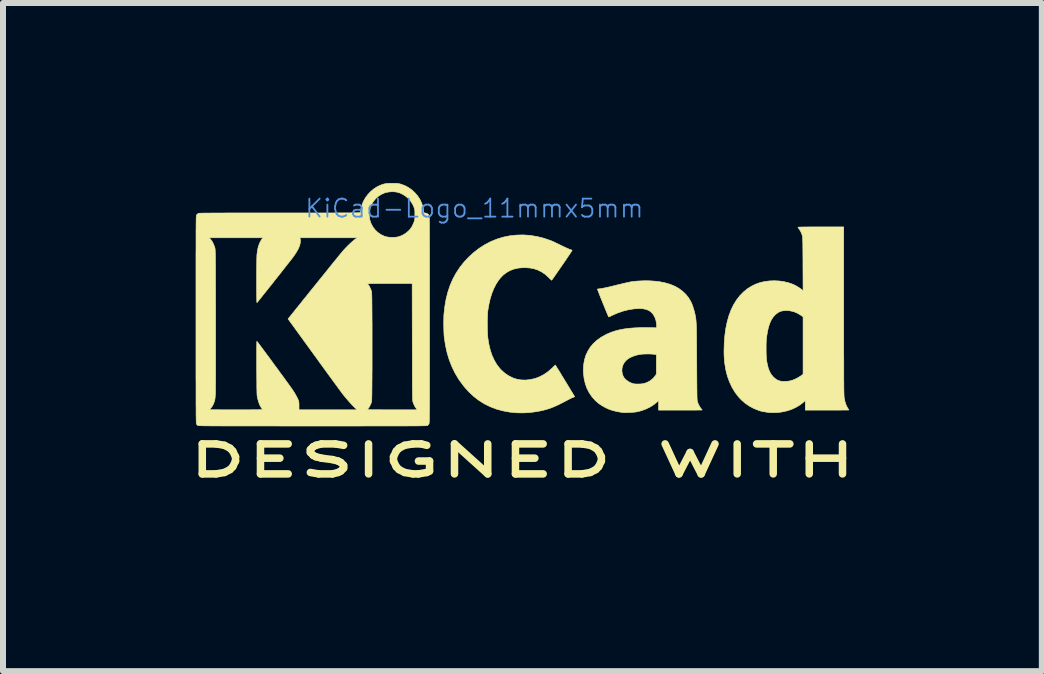
<source format=kicad_pcb>
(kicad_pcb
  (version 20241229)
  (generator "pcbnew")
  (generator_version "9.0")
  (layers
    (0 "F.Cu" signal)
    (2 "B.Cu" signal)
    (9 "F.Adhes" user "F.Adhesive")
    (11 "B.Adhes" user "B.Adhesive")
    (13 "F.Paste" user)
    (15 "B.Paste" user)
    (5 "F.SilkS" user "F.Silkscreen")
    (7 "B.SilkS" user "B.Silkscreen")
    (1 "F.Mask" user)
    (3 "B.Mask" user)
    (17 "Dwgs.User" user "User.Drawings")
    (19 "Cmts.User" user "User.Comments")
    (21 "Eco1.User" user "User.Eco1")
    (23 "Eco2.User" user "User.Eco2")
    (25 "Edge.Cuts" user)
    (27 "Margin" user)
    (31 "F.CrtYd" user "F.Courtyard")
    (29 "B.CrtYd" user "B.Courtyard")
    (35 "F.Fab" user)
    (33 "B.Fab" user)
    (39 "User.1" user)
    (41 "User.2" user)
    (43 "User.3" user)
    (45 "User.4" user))
  (footprint "KiCad-Logo_11mmx5mm"
    (layer "F.Cu")
    (at 5.656 2.023)
    (property "Reference" "KiCad-Logo_11mmx5mm" (at -0.8 -1.6 0) (layer "Cmts.User") (effects (font (size 0.3 0.3) (thickness 0.03))))
    (attr through_hole)
    (fp_poly (pts (xy 0.125 -1.15) (xy 0.239 -1.132) (xy 0.353 -1.104) (xy 0.467 -1.065) (xy 0.471 -1.064) (xy 0.492 -1.055) (xy 0.52 -1.043) (xy 0.553 -1.027) (xy 0.589 -1.01) (xy 0.626 -0.992) (xy 0.648 -0.981) (xy 0.683 -0.964) (xy 0.716 -0.949) (xy 0.746 -0.935) (xy 0.772 -0.924) (xy 0.79 -0.916) (xy 0.799 -0.913) (xy 0.817 -0.908) (xy 0.826 -0.902) (xy 0.828 -0.899) (xy 0.825 -0.893) (xy 0.816 -0.88) (xy 0.803 -0.86) (xy 0.786 -0.834) (xy 0.765 -0.804) (xy 0.742 -0.769) (xy 0.717 -0.732) (xy 0.69 -0.693) (xy 0.662 -0.652) (xy 0.634 -0.612) (xy 0.607 -0.573) (xy 0.581 -0.535) (xy 0.557 -0.501) (xy 0.536 -0.47) (xy 0.517 -0.444) (xy 0.503 -0.423) (xy 0.493 -0.41) (xy 0.488 -0.404) (xy 0.487 -0.403) (xy 0.482 -0.406) (xy 0.471 -0.416) (xy 0.457 -0.43) (xy 0.439 -0.447) (xy 0.439 -0.447) (xy 0.383 -0.499) (xy 0.323 -0.54) (xy 0.259 -0.572) (xy 0.191 -0.595) (xy 0.118 -0.608) (xy 0.04 -0.613) (xy 0.005 -0.612) (xy -0.071 -0.605) (xy -0.141 -0.589) (xy -0.205 -0.565) (xy -0.264 -0.532) (xy -0.319 -0.49) (xy -0.368 -0.439) (xy -0.394 -0.406) (xy -0.438 -0.34) (xy -0.476 -0.265) (xy -0.51 -0.181) (xy -0.538 -0.089) (xy -0.56 0.01) (xy -0.575 0.098) (xy -0.579 0.131) (xy -0.581 0.174) (xy -0.583 0.222) (xy -0.585 0.275) (xy -0.585 0.33) (xy -0.584 0.385) (xy -0.583 0.438) (xy -0.581 0.487) (xy -0.578 0.53) (xy -0.575 0.564) (xy -0.558 0.667) (xy -0.535 0.763) (xy -0.506 0.85) (xy -0.47 0.928) (xy -0.429 0.999) (xy -0.381 1.062) (xy -0.35 1.096) (xy -0.29 1.149) (xy -0.227 1.191) (xy -0.161 1.224) (xy -0.092 1.247) (xy -0.02 1.259) (xy 0.054 1.261) (xy 0.131 1.253) (xy 0.21 1.235) (xy 0.212 1.235) (xy 0.285 1.207) (xy 0.356 1.17) (xy 0.426 1.122) (xy 0.493 1.064) (xy 0.494 1.063) (xy 0.549 1.01) (xy 0.573 1.049) (xy 0.591 1.078) (xy 0.612 1.111) (xy 0.635 1.149) (xy 0.659 1.189) (xy 0.685 1.231) (xy 0.711 1.274) (xy 0.737 1.316) (xy 0.762 1.358) (xy 0.786 1.397) (xy 0.808 1.434) (xy 0.828 1.466) (xy 0.844 1.493) (xy 0.857 1.515) (xy 0.866 1.529) (xy 0.869 1.536) (xy 0.87 1.536) (xy 0.866 1.541) (xy 0.854 1.546) (xy 0.847 1.548) (xy 0.834 1.553) (xy 0.815 1.562) (xy 0.79 1.574) (xy 0.762 1.589) (xy 0.738 1.601) (xy 0.672 1.636) (xy 0.613 1.666) (xy 0.559 1.691) (xy 0.51 1.712) (xy 0.464 1.73) (xy 0.418 1.745) (xy 0.372 1.758) (xy 0.358 1.762) (xy 0.275 1.78) (xy 0.186 1.794) (xy 0.095 1.804) (xy 0.006 1.808) (xy -0.078 1.807) (xy -0.093 1.806) (xy -0.212 1.795) (xy -0.325 1.774) (xy -0.432 1.745) (xy -0.534 1.706) (xy -0.631 1.659) (xy -0.722 1.602) (xy -0.808 1.536) (xy -0.889 1.461) (xy -0.965 1.377) (xy -1.036 1.283) (xy -1.064 1.243) (xy -1.124 1.142) (xy -1.175 1.036) (xy -1.219 0.924) (xy -1.255 0.805) (xy -1.282 0.68) (xy -1.302 0.55) (xy -1.305 0.519) (xy -1.307 0.48) (xy -1.309 0.435) (xy -1.31 0.386) (xy -1.311 0.336) (xy -1.311 0.286) (xy -1.31 0.24) (xy -1.309 0.199) (xy -1.308 0.169) (xy -1.293 0.038) (xy -1.272 -0.087) (xy -1.242 -0.205) (xy -1.205 -0.316) (xy -1.159 -0.422) (xy -1.105 -0.522) (xy -1.042 -0.617) (xy -0.971 -0.707) (xy -0.9 -0.783) (xy -0.813 -0.863) (xy -0.721 -0.934) (xy -0.626 -0.995) (xy -0.526 -1.047) (xy -0.423 -1.089) (xy -0.318 -1.121) (xy -0.21 -1.143) (xy -0.1 -1.155) (xy 0.012 -1.158) (xy 0.125 -1.15)) (stroke (width 0.01) (type solid)) (fill yes) (layer "F.SilkS"))
    (fp_poly (pts (xy 5.355 0.104) (xy 5.355 0.249) (xy 5.355 0.384) (xy 5.355 0.509) (xy 5.355 0.625) (xy 5.355 0.732) (xy 5.355 0.83) (xy 5.356 0.919) (xy 5.356 1.001) (xy 5.356 1.076) (xy 5.356 1.143) (xy 5.356 1.203) (xy 5.356 1.257) (xy 5.357 1.306) (xy 5.357 1.348) (xy 5.357 1.385) (xy 5.358 1.418) (xy 5.358 1.446) (xy 5.359 1.47) (xy 5.359 1.49) (xy 5.36 1.507) (xy 5.361 1.522) (xy 5.361 1.533) (xy 5.362 1.543) (xy 5.363 1.55) (xy 5.363 1.555) (xy 5.376 1.619) (xy 5.394 1.674) (xy 5.417 1.721) (xy 5.419 1.724) (xy 5.429 1.74) (xy 5.436 1.753) (xy 5.44 1.76) (xy 5.44 1.76) (xy 5.435 1.76) (xy 5.42 1.761) (xy 5.396 1.761) (xy 5.364 1.761) (xy 5.325 1.761) (xy 5.28 1.762) (xy 5.229 1.762) (xy 5.174 1.762) (xy 5.115 1.762) (xy 5.077 1.762) (xy 4.715 1.762) (xy 4.715 1.602) (xy 4.687 1.628) (xy 4.628 1.674) (xy 4.562 1.714) (xy 4.49 1.748) (xy 4.412 1.774) (xy 4.329 1.792) (xy 4.28 1.799) (xy 4.254 1.801) (xy 4.223 1.803) (xy 4.19 1.803) (xy 4.158 1.804) (xy 4.13 1.803) (xy 4.108 1.802) (xy 4.101 1.801) (xy 4.058 1.794) (xy 4.023 1.788) (xy 3.995 1.783) (xy 3.971 1.777) (xy 3.949 1.771) (xy 3.936 1.766) (xy 3.858 1.735) (xy 3.783 1.695) (xy 3.712 1.646) (xy 3.648 1.59) (xy 3.604 1.543) (xy 3.544 1.465) (xy 3.493 1.38) (xy 3.451 1.29) (xy 3.416 1.194) (xy 3.39 1.091) (xy 3.372 0.981) (xy 3.362 0.865) (xy 3.36 0.781) (xy 3.362 0.726) (xy 4.062 0.726) (xy 4.062 0.775) (xy 4.063 0.823) (xy 4.065 0.868) (xy 4.067 0.907) (xy 4.071 0.937) (xy 4.071 0.941) (xy 4.084 1.008) (xy 4.099 1.066) (xy 4.119 1.117) (xy 4.142 1.16) (xy 4.17 1.196) (xy 4.183 1.21) (xy 4.211 1.235) (xy 4.237 1.254) (xy 4.266 1.268) (xy 4.297 1.278) (xy 4.323 1.282) (xy 4.355 1.284) (xy 4.392 1.283) (xy 4.429 1.28) (xy 4.464 1.274) (xy 4.481 1.27) (xy 4.518 1.257) (xy 4.559 1.239) (xy 4.599 1.218) (xy 4.635 1.195) (xy 4.645 1.189) (xy 4.678 1.164) (xy 4.678 0.207) (xy 4.644 0.183) (xy 4.587 0.148) (xy 4.528 0.123) (xy 4.466 0.108) (xy 4.419 0.102) (xy 4.365 0.103) (xy 4.318 0.111) (xy 4.276 0.127) (xy 4.237 0.153) (xy 4.204 0.182) (xy 4.173 0.22) (xy 4.145 0.265) (xy 4.122 0.317) (xy 4.102 0.378) (xy 4.086 0.447) (xy 4.073 0.525) (xy 4.068 0.558) (xy 4.066 0.591) (xy 4.063 0.631) (xy 4.062 0.677) (xy 4.062 0.726) (xy 3.362 0.726) (xy 3.364 0.647) (xy 3.374 0.52) (xy 3.39 0.402) (xy 3.413 0.291) (xy 3.442 0.188) (xy 3.478 0.092) (xy 3.52 0.005) (xy 3.569 -0.074) (xy 3.624 -0.145) (xy 3.685 -0.207) (xy 3.752 -0.262) (xy 3.825 -0.307) (xy 3.892 -0.339) (xy 3.963 -0.364) (xy 4.039 -0.381) (xy 4.118 -0.391) (xy 4.2 -0.394) (xy 4.281 -0.39) (xy 4.361 -0.378) (xy 4.437 -0.36) (xy 4.508 -0.335) (xy 4.541 -0.32) (xy 4.58 -0.298) (xy 4.618 -0.274) (xy 4.651 -0.25) (xy 4.66 -0.242) (xy 4.678 -0.226) (xy 4.676 -0.67) (xy 4.676 -0.754) (xy 4.675 -0.829) (xy 4.675 -0.894) (xy 4.674 -0.95) (xy 4.674 -0.997) (xy 4.673 -1.037) (xy 4.672 -1.07) (xy 4.671 -1.096) (xy 4.67 -1.115) (xy 4.669 -1.13) (xy 4.668 -1.139) (xy 4.667 -1.14) (xy 4.655 -1.177) (xy 4.638 -1.215) (xy 4.618 -1.248) (xy 4.613 -1.255) (xy 4.602 -1.27) (xy 4.595 -1.281) (xy 4.593 -1.286) (xy 4.598 -1.287) (xy 4.614 -1.288) (xy 4.64 -1.289) (xy 4.676 -1.29) (xy 4.722 -1.29) (xy 4.778 -1.291) (xy 4.843 -1.291) (xy 4.918 -1.291) (xy 4.974 -1.291) (xy 5.355 -1.291) (xy 5.355 0.104)) (stroke (width 0.01) (type solid)) (fill yes) (layer "F.SilkS"))
    (fp_poly (pts (xy 2.118 -0.393) (xy 2.194 -0.388) (xy 2.265 -0.381) (xy 2.283 -0.378) (xy 2.376 -0.36) (xy 2.462 -0.335) (xy 2.54 -0.303) (xy 2.61 -0.263) (xy 2.672 -0.217) (xy 2.726 -0.165) (xy 2.773 -0.105) (xy 2.811 -0.039) (xy 2.824 -0.01) (xy 2.837 0.024) (xy 2.85 0.065) (xy 2.863 0.107) (xy 2.873 0.148) (xy 2.879 0.173) (xy 2.882 0.191) (xy 2.885 0.207) (xy 2.888 0.223) (xy 2.89 0.238) (xy 2.892 0.255) (xy 2.894 0.272) (xy 2.895 0.291) (xy 2.897 0.313) (xy 2.898 0.338) (xy 2.899 0.367) (xy 2.9 0.4) (xy 2.901 0.439) (xy 2.901 0.483) (xy 2.902 0.534) (xy 2.903 0.591) (xy 2.903 0.656) (xy 2.904 0.73) (xy 2.904 0.813) (xy 2.905 0.905) (xy 2.905 0.953) (xy 2.906 1.049) (xy 2.906 1.135) (xy 2.907 1.213) (xy 2.907 1.281) (xy 2.908 1.341) (xy 2.908 1.393) (xy 2.909 1.438) (xy 2.909 1.476) (xy 2.91 1.509) (xy 2.91 1.536) (xy 2.911 1.558) (xy 2.912 1.575) (xy 2.913 1.59) (xy 2.914 1.6) (xy 2.915 1.609) (xy 2.916 1.615) (xy 2.917 1.619) (xy 2.929 1.653) (xy 2.945 1.687) (xy 2.963 1.717) (xy 2.977 1.736) (xy 2.987 1.748) (xy 2.994 1.757) (xy 2.995 1.76) (xy 2.99 1.76) (xy 2.975 1.761) (xy 2.951 1.761) (xy 2.92 1.761) (xy 2.881 1.762) (xy 2.835 1.762) (xy 2.785 1.762) (xy 2.729 1.762) (xy 2.67 1.762) (xy 2.633 1.762) (xy 2.27 1.762) (xy 2.27 1.602) (xy 2.241 1.629) (xy 2.185 1.674) (xy 2.121 1.714) (xy 2.051 1.747) (xy 1.978 1.773) (xy 1.903 1.791) (xy 1.901 1.791) (xy 1.881 1.794) (xy 1.853 1.797) (xy 1.821 1.799) (xy 1.786 1.801) (xy 1.752 1.802) (xy 1.72 1.803) (xy 1.694 1.803) (xy 1.674 1.802) (xy 1.67 1.801) (xy 1.605 1.791) (xy 1.548 1.779) (xy 1.498 1.766) (xy 1.452 1.751) (xy 1.409 1.732) (xy 1.386 1.721) (xy 1.332 1.691) (xy 1.284 1.66) (xy 1.241 1.625) (xy 1.209 1.595) (xy 1.156 1.535) (xy 1.111 1.468) (xy 1.074 1.395) (xy 1.047 1.317) (xy 1.028 1.233) (xy 1.018 1.145) (xy 1.017 1.108) (xy 1.658 1.108) (xy 1.665 1.155) (xy 1.679 1.195) (xy 1.698 1.227) (xy 1.726 1.256) (xy 1.761 1.283) (xy 1.799 1.304) (xy 1.839 1.319) (xy 1.844 1.321) (xy 1.868 1.325) (xy 1.899 1.327) (xy 1.934 1.327) (xy 1.968 1.326) (xy 2 1.323) (xy 2.019 1.32) (xy 2.067 1.305) (xy 2.114 1.282) (xy 2.158 1.251) (xy 2.195 1.215) (xy 2.217 1.185) (xy 2.233 1.161) (xy 2.233 0.837) (xy 2.193 0.831) (xy 2.161 0.828) (xy 2.122 0.826) (xy 2.079 0.826) (xy 2.035 0.827) (xy 1.996 0.829) (xy 1.962 0.833) (xy 1.96 0.833) (xy 1.9 0.846) (xy 1.843 0.865) (xy 1.793 0.887) (xy 1.751 0.914) (xy 1.725 0.937) (xy 1.695 0.974) (xy 1.673 1.017) (xy 1.661 1.062) (xy 1.658 1.108) (xy 1.017 1.108) (xy 1.016 1.09) (xy 1.021 1.005) (xy 1.035 0.924) (xy 1.058 0.848) (xy 1.091 0.778) (xy 1.132 0.712) (xy 1.183 0.652) (xy 1.243 0.597) (xy 1.312 0.548) (xy 1.39 0.504) (xy 1.409 0.495) (xy 1.475 0.467) (xy 1.544 0.443) (xy 1.618 0.424) (xy 1.697 0.409) (xy 1.782 0.398) (xy 1.875 0.391) (xy 1.976 0.387) (xy 2.086 0.387) (xy 2.086 0.387) (xy 2.238 0.39) (xy 2.238 0.359) (xy 2.235 0.316) (xy 2.226 0.27) (xy 2.212 0.226) (xy 2.204 0.208) (xy 2.179 0.165) (xy 2.149 0.131) (xy 2.112 0.104) (xy 2.068 0.085) (xy 2.018 0.074) (xy 1.959 0.069) (xy 1.95 0.069) (xy 1.862 0.074) (xy 1.772 0.088) (xy 1.68 0.111) (xy 1.587 0.143) (xy 1.494 0.184) (xy 1.486 0.188) (xy 1.466 0.198) (xy 1.45 0.205) (xy 1.44 0.208) (xy 1.438 0.208) (xy 1.433 0.199) (xy 1.426 0.182) (xy 1.416 0.159) (xy 1.404 0.129) (xy 1.389 0.095) (xy 1.374 0.057) (xy 1.358 0.017) (xy 1.341 -0.024) (xy 1.324 -0.066) (xy 1.308 -0.105) (xy 1.293 -0.143) (xy 1.28 -0.177) (xy 1.269 -0.206) (xy 1.26 -0.229) (xy 1.254 -0.245) (xy 1.251 -0.253) (xy 1.251 -0.254) (xy 1.258 -0.257) (xy 1.272 -0.259) (xy 1.276 -0.259) (xy 1.292 -0.26) (xy 1.314 -0.264) (xy 1.344 -0.269) (xy 1.382 -0.277) (xy 1.429 -0.287) (xy 1.484 -0.3) (xy 1.549 -0.316) (xy 1.596 -0.328) (xy 1.64 -0.338) (xy 1.683 -0.349) (xy 1.723 -0.358) (xy 1.759 -0.366) (xy 1.789 -0.372) (xy 1.811 -0.377) (xy 1.818 -0.378) (xy 1.886 -0.386) (xy 1.96 -0.391) (xy 2.039 -0.394) (xy 2.118 -0.393)) (stroke (width 0.01) (type solid)) (fill yes) (layer "F.SilkS"))
    (fp_poly (pts (xy -2.132 -2.018) (xy -2.105 -2.018) (xy -2.084 -2.016) (xy -2.067 -2.014) (xy -2.052 -2.011) (xy -2.036 -2.007) (xy -2.025 -2.004) (xy -1.959 -1.98) (xy -1.901 -1.949) (xy -1.846 -1.911) (xy -1.799 -1.868) (xy -1.749 -1.812) (xy -1.708 -1.751) (xy -1.678 -1.686) (xy -1.656 -1.617) (xy -1.647 -1.559) (xy -1.643 -1.527) (xy -1.619 -1.523) (xy -1.589 -1.515) (xy -1.567 -1.5) (xy -1.557 -1.488) (xy -1.557 -1.486) (xy -1.556 -1.484) (xy -1.555 -1.481) (xy -1.554 -1.476) (xy -1.554 -1.47) (xy -1.553 -1.461) (xy -1.552 -1.45) (xy -1.552 -1.437) (xy -1.551 -1.42) (xy -1.551 -1.4) (xy -1.55 -1.376) (xy -1.55 -1.348) (xy -1.55 -1.316) (xy -1.549 -1.279) (xy -1.549 -1.237) (xy -1.549 -1.189) (xy -1.549 -1.135) (xy -1.549 -1.076) (xy -1.548 -1.01) (xy -1.548 -0.937) (xy -1.548 -0.857) (xy -1.548 -0.769) (xy -1.548 -0.674) (xy -1.548 -0.57) (xy -1.548 -0.458) (xy -1.548 -0.337) (xy -1.548 -0.206) (xy -1.548 -0.067) (xy -1.548 0.083) (xy -1.548 0.243) (xy -1.548 0.251) (xy -1.548 0.412) (xy -1.548 0.562) (xy -1.548 0.702) (xy -1.548 0.833) (xy -1.548 0.954) (xy -1.548 1.067) (xy -1.548 1.171) (xy -1.548 1.266) (xy -1.548 1.354) (xy -1.548 1.435) (xy -1.548 1.508) (xy -1.548 1.574) (xy -1.549 1.634) (xy -1.549 1.688) (xy -1.549 1.736) (xy -1.549 1.779) (xy -1.55 1.816) (xy -1.55 1.849) (xy -1.55 1.877) (xy -1.551 1.901) (xy -1.551 1.922) (xy -1.552 1.939) (xy -1.552 1.952) (xy -1.553 1.964) (xy -1.553 1.972) (xy -1.554 1.979) (xy -1.555 1.984) (xy -1.556 1.988) (xy -1.556 1.99) (xy -1.557 1.992) (xy -1.558 1.993) (xy -1.569 2.007) (xy -1.582 2.018) (xy -1.582 2.018) (xy -1.584 2.019) (xy -1.587 2.02) (xy -1.592 2.02) (xy -1.599 2.021) (xy -1.607 2.021) (xy -1.619 2.022) (xy -1.633 2.023) (xy -1.65 2.023) (xy -1.671 2.023) (xy -1.695 2.024) (xy -1.724 2.024) (xy -1.757 2.025) (xy -1.795 2.025) (xy -1.838 2.025) (xy -1.886 2.025) (xy -1.94 2.026) (xy -2.001 2.026) (xy -2.067 2.026) (xy -2.14 2.026) (xy -2.221 2.026) (xy -2.308 2.026) (xy -2.404 2.026) (xy -2.507 2.026) (xy -2.619 2.026) (xy -2.739 2.027) (xy -2.868 2.027) (xy -3.006 2.027) (xy -3.154 2.027) (xy -3.312 2.027) (xy -3.48 2.027) (xy -3.496 2.027) (xy -3.665 2.027) (xy -3.824 2.027) (xy -3.973 2.027) (xy -4.112 2.026) (xy -4.242 2.026) (xy -4.363 2.026) (xy -4.475 2.026) (xy -4.58 2.026) (xy -4.676 2.026) (xy -4.764 2.026) (xy -4.845 2.026) (xy -4.919 2.026) (xy -4.986 2.026) (xy -5.047 2.025) (xy -5.101 2.025) (xy -5.15 2.025) (xy -5.194 2.025) (xy -5.232 2.024) (xy -5.265 2.024) (xy -5.294 2.024) (xy -5.319 2.023) (xy -5.34 2.023) (xy -5.358 2.022) (xy -5.372 2.022) (xy -5.384 2.021) (xy -5.392 2.021) (xy -5.399 2.02) (xy -5.404 2.019) (xy -5.407 2.019) (xy -5.409 2.018) (xy -5.409 2.018) (xy -5.422 2.007) (xy -5.431 1.995) (xy -5.432 1.993) (xy -5.433 1.989) (xy -5.433 1.985) (xy -5.434 1.978) (xy -5.435 1.969) (xy -5.435 1.957) (xy -5.436 1.942) (xy -5.436 1.924) (xy -5.437 1.902) (xy -5.437 1.876) (xy -5.438 1.846) (xy -5.438 1.811) (xy -5.438 1.772) (xy -5.438 1.727) (xy -5.439 1.676) (xy -5.439 1.619) (xy -5.439 1.556) (xy -5.439 1.486) (xy -5.439 1.409) (xy -5.439 1.325) (xy -5.44 1.233) (xy -5.44 1.133) (xy -5.44 1.025) (xy -5.44 0.908) (xy -5.44 0.782) (xy -5.44 0.646) (xy -5.44 0.501) (xy -5.44 0.346) (xy -5.44 0.091) (xy -5.44 -0.059) (xy -5.44 -0.2) (xy -5.44 -0.33) (xy -5.44 -0.452) (xy -5.44 -0.564) (xy -5.44 -0.669) (xy -5.44 -0.764) (xy -5.44 -0.853) (xy -5.439 -0.933) (xy -5.439 -1.006) (xy -5.439 -1.073) (xy -5.439 -1.111) (xy -5.218 -1.111) (xy -5.193 -1.081) (xy -5.166 -1.042) (xy -5.144 -0.997) (xy -5.127 -0.951) (xy -5.124 -0.939) (xy -5.123 -0.934) (xy -5.122 -0.928) (xy -5.121 -0.921) (xy -5.12 -0.912) (xy -5.12 -0.9) (xy -5.119 -0.885) (xy -5.118 -0.867) (xy -5.118 -0.846) (xy -5.117 -0.82) (xy -5.117 -0.79) (xy -5.116 -0.755) (xy -5.116 -0.715) (xy -5.116 -0.668) (xy -5.115 -0.616) (xy -5.115 -0.557) (xy -5.115 -0.491) (xy -5.115 -0.417) (xy -5.114 -0.336) (xy -5.114 -0.246) (xy -5.114 -0.147) (xy -5.114 -0.04) (xy -5.113 0.078) (xy -5.113 0.205) (xy -5.113 0.246) (xy -5.113 0.378) (xy -5.113 0.504) (xy -5.113 0.624) (xy -5.113 0.738) (xy -5.113 0.845) (xy -5.113 0.946) (xy -5.113 1.039) (xy -5.113 1.125) (xy -5.113 1.202) (xy -5.114 1.271) (xy -5.114 1.332) (xy -5.115 1.384) (xy -5.115 1.426) (xy -5.115 1.458) (xy -5.116 1.481) (xy -5.116 1.49) (xy -5.119 1.527) (xy -5.121 1.556) (xy -5.124 1.578) (xy -5.127 1.597) (xy -5.131 1.613) (xy -5.135 1.623) (xy -5.152 1.667) (xy -5.174 1.705) (xy -5.194 1.73) (xy -5.204 1.743) (xy -5.211 1.752) (xy -5.212 1.755) (xy -5.207 1.755) (xy -5.192 1.755) (xy -5.168 1.756) (xy -5.136 1.756) (xy -5.096 1.756) (xy -5.05 1.756) (xy -4.997 1.757) (xy -4.94 1.757) (xy -4.878 1.757) (xy -4.812 1.757) (xy -4.77 1.757) (xy -4.689 1.757) (xy -4.618 1.757) (xy -4.556 1.757) (xy -4.503 1.756) (xy -4.458 1.756) (xy -4.421 1.756) (xy -4.392 1.755) (xy -4.369 1.754) (xy -4.352 1.754) (xy -4.34 1.753) (xy -4.334 1.752) (xy -4.332 1.75) (xy -4.332 1.75) (xy -4.337 1.742) (xy -4.346 1.729) (xy -4.353 1.72) (xy -4.369 1.692) (xy -4.385 1.657) (xy -4.399 1.616) (xy -4.411 1.572) (xy -4.414 1.558) (xy -4.416 1.549) (xy -4.418 1.539) (xy -4.42 1.529) (xy -4.421 1.518) (xy -4.422 1.504) (xy -4.423 1.488) (xy -4.424 1.468) (xy -4.424 1.443) (xy -4.425 1.414) (xy -4.426 1.379) (xy -4.426 1.337) (xy -4.426 1.288) (xy -4.427 1.231) (xy -4.427 1.164) (xy -4.428 1.089) (xy -4.428 1.059) (xy -4.428 0.974) (xy -4.428 0.897) (xy -4.428 0.829) (xy -4.428 0.77) (xy -4.428 0.72) (xy -4.427 0.679) (xy -4.427 0.648) (xy -4.426 0.627) (xy -4.425 0.616) (xy -4.425 0.615) (xy -4.421 0.619) (xy -4.411 0.631) (xy -4.397 0.651) (xy -4.377 0.677) (xy -4.354 0.708) (xy -4.327 0.744) (xy -4.297 0.785) (xy -4.264 0.829) (xy -4.229 0.876) (xy -4.193 0.925) (xy -4.156 0.976) (xy -4.119 1.027) (xy -4.081 1.077) (xy -4.045 1.128) (xy -4.009 1.176) (xy -3.975 1.222) (xy -3.944 1.266) (xy -3.915 1.305) (xy -3.889 1.341) (xy -3.868 1.371) (xy -3.85 1.395) (xy -3.838 1.413) (xy -3.834 1.418) (xy -3.803 1.465) (xy -3.776 1.512) (xy -3.753 1.555) (xy -3.736 1.592) (xy -3.735 1.595) (xy -3.729 1.611) (xy -3.726 1.626) (xy -3.724 1.644) (xy -3.723 1.667) (xy -3.723 1.692) (xy -3.723 1.757) (xy -3.237 1.757) (xy -2.751 1.757) (xy -2.755 1.754) (xy -2.582 1.754) (xy -2.577 1.754) (xy -2.562 1.755) (xy -2.538 1.755) (xy -2.506 1.756) (xy -2.467 1.756) (xy -2.421 1.756) (xy -2.369 1.756) (xy -2.312 1.757) (xy -2.251 1.757) (xy -2.186 1.757) (xy -2.167 1.757) (xy -1.752 1.757) (xy -1.771 1.732) (xy -1.795 1.695) (xy -1.815 1.651) (xy -1.825 1.623) (xy -1.826 1.619) (xy -1.827 1.613) (xy -1.828 1.605) (xy -1.828 1.595) (xy -1.829 1.582) (xy -1.83 1.566) (xy -1.83 1.546) (xy -1.831 1.522) (xy -1.831 1.493) (xy -1.832 1.459) (xy -1.832 1.419) (xy -1.833 1.373) (xy -1.833 1.321) (xy -1.833 1.262) (xy -1.834 1.195) (xy -1.834 1.12) (xy -1.834 1.037) (xy -1.834 0.945) (xy -1.834 0.844) (xy -1.835 0.734) (xy -1.835 0.623) (xy -1.837 -0.349) (xy -2.21 -0.349) (xy -2.284 -0.349) (xy -2.348 -0.349) (xy -2.403 -0.349) (xy -2.45 -0.349) (xy -2.488 -0.348) (xy -2.518 -0.348) (xy -2.542 -0.347) (xy -2.559 -0.346) (xy -2.571 -0.345) (xy -2.577 -0.344) (xy -2.579 -0.343) (xy -2.579 -0.343) (xy -2.573 -0.334) (xy -2.566 -0.325) (xy -2.556 -0.312) (xy -2.545 -0.291) (xy -2.533 -0.266) (xy -2.523 -0.241) (xy -2.515 -0.219) (xy -2.513 -0.212) (xy -2.512 -0.202) (xy -2.511 -0.183) (xy -2.51 -0.155) (xy -2.509 -0.118) (xy -2.508 -0.073) (xy -2.508 -0.021) (xy -2.507 0.038) (xy -2.507 0.102) (xy -2.506 0.172) (xy -2.506 0.246) (xy -2.505 0.323) (xy -2.505 0.404) (xy -2.505 0.487) (xy -2.505 0.572) (xy -2.505 0.658) (xy -2.505 0.745) (xy -2.505 0.831) (xy -2.505 0.916) (xy -2.505 0.999) (xy -2.505 1.08) (xy -2.506 1.158) (xy -2.506 1.232) (xy -2.507 1.302) (xy -2.507 1.366) (xy -2.508 1.425) (xy -2.508 1.478) (xy -2.509 1.523) (xy -2.51 1.56) (xy -2.511 1.589) (xy -2.512 1.609) (xy -2.513 1.619) (xy -2.513 1.619) (xy -2.523 1.651) (xy -2.538 1.683) (xy -2.554 1.714) (xy -2.567 1.731) (xy -2.576 1.743) (xy -2.582 1.752) (xy -2.582 1.754) (xy -2.755 1.754) (xy -2.788 1.725) (xy -2.806 1.708) (xy -2.829 1.685) (xy -2.856 1.656) (xy -2.886 1.623) (xy -2.917 1.587) (xy -2.948 1.551) (xy -2.977 1.515) (xy -2.993 1.495) (xy -3.001 1.485) (xy -3.014 1.467) (xy -3.033 1.441) (xy -3.057 1.409) (xy -3.085 1.37) (xy -3.118 1.325) (xy -3.155 1.275) (xy -3.195 1.22) (xy -3.238 1.161) (xy -3.284 1.098) (xy -3.332 1.032) (xy -3.382 0.963) (xy -3.433 0.892) (xy -3.468 0.844) (xy -3.905 0.242) (xy -3.888 0.22) (xy -3.882 0.213) (xy -3.87 0.199) (xy -3.853 0.177) (xy -3.83 0.149) (xy -3.802 0.114) (xy -3.77 0.074) (xy -3.733 0.028) (xy -3.693 -0.021) (xy -3.65 -0.076) (xy -3.603 -0.133) (xy -3.555 -0.194) (xy -3.504 -0.257) (xy -3.453 -0.32) (xy -3.4 -0.386) (xy -3.348 -0.45) (xy -3.298 -0.512) (xy -3.25 -0.572) (xy -3.205 -0.628) (xy -3.163 -0.68) (xy -3.124 -0.728) (xy -3.089 -0.77) (xy -3.059 -0.808) (xy -3.034 -0.839) (xy -3.013 -0.863) (xy -2.999 -0.881) (xy -2.992 -0.89) (xy -2.964 -0.92) (xy -2.934 -0.952) (xy -2.902 -0.984) (xy -2.87 -1.015) (xy -2.839 -1.043) (xy -2.812 -1.066) (xy -2.79 -1.084) (xy -2.784 -1.088) (xy -2.749 -1.111) (xy -3.709 -1.111) (xy -3.703 -1.095) (xy -3.701 -1.081) (xy -3.7 -1.062) (xy -3.7 -1.041) (xy -3.706 -1.003) (xy -3.719 -0.962) (xy -3.74 -0.916) (xy -3.769 -0.866) (xy -3.806 -0.811) (xy -3.822 -0.788) (xy -3.832 -0.776) (xy -3.846 -0.757) (xy -3.866 -0.732) (xy -3.89 -0.701) (xy -3.918 -0.666) (xy -3.949 -0.626) (xy -3.983 -0.583) (xy -4.018 -0.538) (xy -4.056 -0.49) (xy -4.094 -0.442) (xy -4.133 -0.393) (xy -4.171 -0.344) (xy -4.209 -0.297) (xy -4.246 -0.251) (xy -4.28 -0.207) (xy -4.313 -0.167) (xy -4.342 -0.13) (xy -4.368 -0.098) (xy -4.389 -0.071) (xy -4.406 -0.05) (xy -4.418 -0.036) (xy -4.423 -0.029) (xy -4.424 -0.029) (xy -4.425 -0.033) (xy -4.426 -0.048) (xy -4.427 -0.07) (xy -4.427 -0.101) (xy -4.428 -0.138) (xy -4.428 -0.18) (xy -4.429 -0.228) (xy -4.429 -0.279) (xy -4.429 -0.333) (xy -4.429 -0.389) (xy -4.429 -0.445) (xy -4.429 -0.502) (xy -4.429 -0.557) (xy -4.428 -0.61) (xy -4.428 -0.66) (xy -4.427 -0.706) (xy -4.427 -0.747) (xy -4.426 -0.782) (xy -4.425 -0.81) (xy -4.424 -0.83) (xy -4.423 -0.836) (xy -4.414 -0.904) (xy -4.4 -0.966) (xy -4.38 -1.02) (xy -4.356 -1.066) (xy -4.343 -1.086) (xy -4.323 -1.111) (xy -5.218 -1.111) (xy -5.439 -1.111) (xy -5.439 -1.133) (xy -5.439 -1.187) (xy -5.439 -1.235) (xy -5.438 -1.277) (xy -5.438 -1.315) (xy -5.438 -1.348) (xy -5.437 -1.376) (xy -5.437 -1.4) (xy -5.437 -1.42) (xy -5.436 -1.437) (xy -5.436 -1.451) (xy -5.435 -1.462) (xy -5.434 -1.471) (xy -5.434 -1.478) (xy -5.433 -1.483) (xy -5.432 -1.486) (xy -5.431 -1.489) (xy -5.43 -1.491) (xy -5.429 -1.492) (xy -5.429 -1.492) (xy -5.417 -1.505) (xy -5.416 -1.505) (xy -2.551 -1.505) (xy -2.549 -1.457) (xy -2.543 -1.413) (xy -2.54 -1.4) (xy -2.52 -1.343) (xy -2.491 -1.29) (xy -2.454 -1.242) (xy -2.41 -1.2) (xy -2.36 -1.165) (xy -2.306 -1.139) (xy -2.269 -1.127) (xy -2.236 -1.121) (xy -2.197 -1.118) (xy -2.155 -1.117) (xy -2.115 -1.119) (xy -2.079 -1.124) (xy -2.077 -1.124) (xy -2.03 -1.139) (xy -1.983 -1.161) (xy -1.938 -1.19) (xy -1.897 -1.225) (xy -1.876 -1.247) (xy -1.842 -1.294) (xy -1.816 -1.347) (xy -1.806 -1.373) (xy -1.8 -1.391) (xy -1.796 -1.407) (xy -1.794 -1.423) (xy -1.792 -1.443) (xy -1.792 -1.468) (xy -1.792 -1.495) (xy -1.792 -1.527) (xy -1.792 -1.551) (xy -1.794 -1.569) (xy -1.797 -1.585) (xy -1.801 -1.6) (xy -1.806 -1.617) (xy -1.829 -1.669) (xy -1.861 -1.719) (xy -1.9 -1.764) (xy -1.945 -1.803) (xy -1.995 -1.835) (xy -2.048 -1.859) (xy -2.09 -1.871) (xy -2.134 -1.877) (xy -2.182 -1.878) (xy -2.231 -1.873) (xy -2.276 -1.865) (xy -2.289 -1.861) (xy -2.345 -1.837) (xy -2.397 -1.805) (xy -2.443 -1.765) (xy -2.482 -1.718) (xy -2.514 -1.666) (xy -2.536 -1.609) (xy -2.54 -1.594) (xy -2.548 -1.552) (xy -2.551 -1.505) (xy -5.416 -1.505) (xy -5.402 -1.515) (xy -5.401 -1.515) (xy -5.398 -1.516) (xy -5.394 -1.517) (xy -5.389 -1.518) (xy -5.381 -1.519) (xy -5.371 -1.519) (xy -5.358 -1.52) (xy -5.342 -1.52) (xy -5.322 -1.521) (xy -5.298 -1.521) (xy -5.269 -1.522) (xy -5.236 -1.522) (xy -5.198 -1.522) (xy -5.154 -1.523) (xy -5.104 -1.523) (xy -5.048 -1.523) (xy -4.985 -1.523) (xy -4.915 -1.524) (xy -4.838 -1.524) (xy -4.753 -1.524) (xy -4.659 -1.524) (xy -4.557 -1.524) (xy -4.446 -1.524) (xy -4.325 -1.524) (xy -4.195 -1.524) (xy -4.054 -1.524) (xy -4.041 -1.524) (xy -3.9 -1.524) (xy -3.769 -1.524) (xy -3.647 -1.524) (xy -3.535 -1.524) (xy -3.432 -1.524) (xy -3.338 -1.524) (xy -3.252 -1.524) (xy -3.174 -1.524) (xy -3.104 -1.525) (xy -3.04 -1.525) (xy -2.984 -1.525) (xy -2.934 -1.525) (xy -2.89 -1.525) (xy -2.852 -1.526) (xy -2.819 -1.526) (xy -2.791 -1.527) (xy -2.767 -1.527) (xy -2.748 -1.527) (xy -2.732 -1.528) (xy -2.72 -1.529) (xy -2.711 -1.529) (xy -2.704 -1.53) (xy -2.7 -1.531) (xy -2.698 -1.532) (xy -2.697 -1.532) (xy -2.694 -1.543) (xy -2.693 -1.558) (xy -2.692 -1.577) (xy -2.686 -1.602) (xy -2.679 -1.632) (xy -2.67 -1.663) (xy -2.66 -1.692) (xy -2.65 -1.716) (xy -2.617 -1.775) (xy -2.576 -1.83) (xy -2.529 -1.881) (xy -2.476 -1.925) (xy -2.42 -1.961) (xy -2.383 -1.979) (xy -2.349 -1.993) (xy -2.319 -2.003) (xy -2.291 -2.01) (xy -2.262 -2.015) (xy -2.229 -2.017) (xy -2.189 -2.018) (xy -2.167 -2.018) (xy -2.132 -2.018)) (stroke (width 0.01) (type solid)) (fill yes) (layer "F.SilkS"))
    (fp_text user "DESIGNED WITH" (at 0 2.6 0) (layer "F.SilkS") (effects (font (size 0.5 0.97) (thickness 0.125)))))
  (gr_rect
    (start -3 -3)
    (end 14.313 8.135)
    (stroke (width 0.1) (type default))
    (fill no)
    (layer "Edge.Cuts")))
</source>
